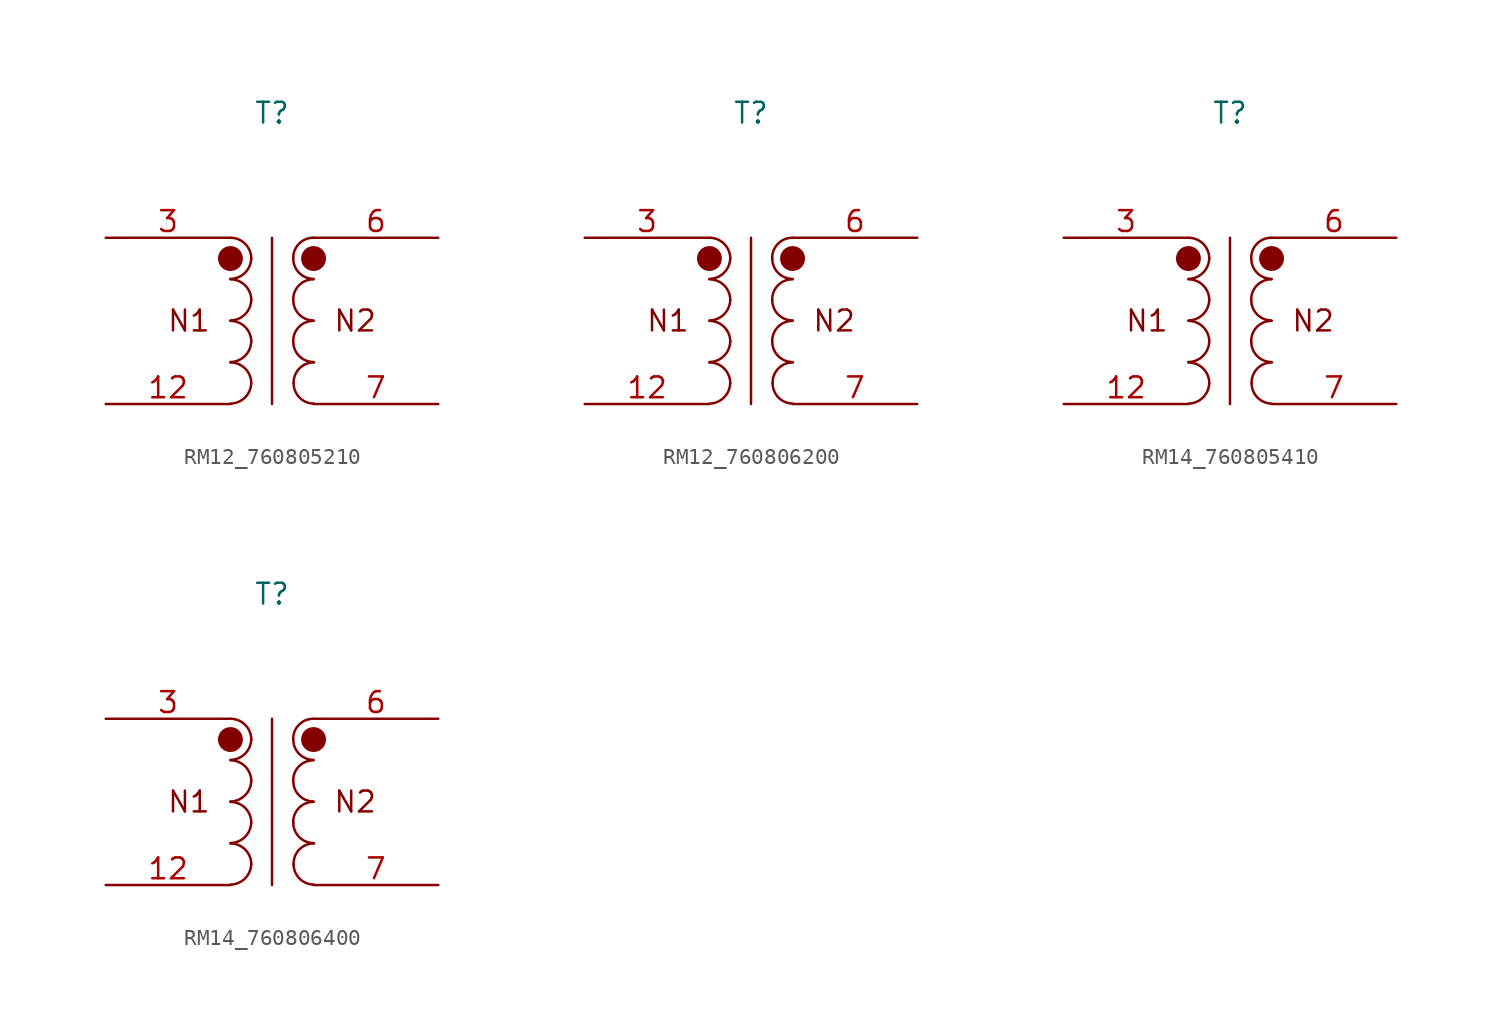
<source format=kicad_sym>
(kicad_symbol_lib
  (version 20220914)
  (generator kicad_symbol_editor)
  (symbol "RM12_760805210"
    (pin_names hide)
    (property "Reference" "T"
      (at 0 12.7 0)
      (effects (font (size 1.27 1.27))))
    (property "Critical Parameter" ""
      (at 0 -5.08 0)
      (effects (font (size 1.27 1.27)) (justify left)))
    (symbol "RM12_760805210_0_1"
      (arc (start -2.54 -5.0546) (mid -1.6599 -4.6901) (end -1.27 -3.81) (stroke (width 0) (type default)) (fill (type none)))
      (arc (start -2.54 -2.5146) (mid -1.6599 -2.1501) (end -1.27 -1.27) (stroke (width 0) (type default)) (fill (type none)))
      (arc (start -2.54 0.0254) (mid -1.6599 0.3899) (end -1.27 1.27) (stroke (width 0) (type default)) (fill (type none)))
      (arc (start -2.54 2.5654) (mid -1.6599 2.9299) (end -1.27 3.81) (stroke (width 0) (type default)) (fill (type none)))
      (arc (start -1.27 -3.81) (mid -1.642 -2.912) (end -2.54 -2.54) (stroke (width 0) (type default)) (fill (type none)))
      (arc (start -1.27 -1.27) (mid -1.642 -0.372) (end -2.54 0) (stroke (width 0) (type default)) (fill (type none)))
      (arc (start -1.27 1.27) (mid -1.642 2.168) (end -2.54 2.54) (stroke (width 0) (type default)) (fill (type none)))
      (arc (start -1.27 3.81) (mid -1.642 4.708) (end -2.54 5.08) (stroke (width 0) (type default)) (fill (type none)))
      (polyline (pts (xy 0 5.08) (xy 0 -5.08)) (stroke (width 0) (type default)) (fill (type none)))
      (arc (start 1.2954 -1.27) (mid 1.6599 -2.1501) (end 2.54 -2.5146) (stroke (width 0) (type default)) (fill (type none)))
      (arc (start 1.2954 1.27) (mid 1.6599 0.3899) (end 2.54 0.0254) (stroke (width 0) (type default)) (fill (type none)))
      (arc (start 1.2954 3.81) (mid 1.6599 2.9299) (end 2.54 2.5654) (stroke (width 0) (type default)) (fill (type none)))
      (arc (start 1.3208 -3.81) (mid 1.6853 -4.6901) (end 2.5654 -5.0546) (stroke (width 0) (type default)) (fill (type none)))
      (arc (start 2.54 0) (mid 1.642 -0.372) (end 1.2954 -1.27) (stroke (width 0) (type default)) (fill (type none)))
      (arc (start 2.54 2.54) (mid 1.642 2.168) (end 1.2954 1.27) (stroke (width 0) (type default)) (fill (type none)))
      (arc (start 2.54 5.08) (mid 1.642 4.708) (end 1.2954 3.81) (stroke (width 0) (type default)) (fill (type none)))
      (arc (start 2.5654 -2.54) (mid 1.6674 -2.912) (end 1.3208 -3.81) (stroke (width 0) (type default)) (fill (type none))))
    (symbol "RM12_760805210_1_1"
      (circle (center -2.54 3.81) (radius 0.0001) (stroke (width 0.762) (type default)) (fill (type none)))
      (circle (center 2.54 3.81) (radius 0.0001) (stroke (width 0.762) (type default)) (fill (type none)))
      (text "N1" (at -5.08 0 0) (effects (font (size 1.27 1.27))))
      (text "N2" (at 5.08 0 0) (effects (font (size 1.27 1.27))))
      (pin passive line (at -10.16 -5.08 0) (length 7.62) (name "12" (effects (font (size 1.27 1.27)))) (number "12" (effects (font (size 1.27 1.27)))))
      (pin passive line (at -10.16 5.08 0) (length 7.62) (name "3" (effects (font (size 1.27 1.27)))) (number "3" (effects (font (size 1.27 1.27)))))
      (pin passive line (at 10.16 5.08 180) (length 7.62) (name "6" (effects (font (size 1.27 1.27)))) (number "6" (effects (font (size 1.27 1.27)))))
      (pin passive line (at 10.16 -5.08 180) (length 7.62) (name "7" (effects (font (size 1.27 1.27)))) (number "7" (effects (font (size 1.27 1.27)))))))
  (symbol "RM12_760806200"
    (pin_names hide)
    (property "Reference" "T"
      (at 0 12.7 0)
      (effects (font (size 1.27 1.27))))
    (property "Critical Parameter" ""
      (at 0 -5.08 0)
      (effects (font (size 1.27 1.27)) (justify left)))
    (symbol "RM12_760806200_0_1"
      (arc (start -2.54 -5.0546) (mid -1.6599 -4.6901) (end -1.27 -3.81) (stroke (width 0) (type default)) (fill (type none)))
      (arc (start -2.54 -2.5146) (mid -1.6599 -2.1501) (end -1.27 -1.27) (stroke (width 0) (type default)) (fill (type none)))
      (arc (start -2.54 0.0254) (mid -1.6599 0.3899) (end -1.27 1.27) (stroke (width 0) (type default)) (fill (type none)))
      (arc (start -2.54 2.5654) (mid -1.6599 2.9299) (end -1.27 3.81) (stroke (width 0) (type default)) (fill (type none)))
      (arc (start -1.27 -3.81) (mid -1.642 -2.912) (end -2.54 -2.54) (stroke (width 0) (type default)) (fill (type none)))
      (arc (start -1.27 -1.27) (mid -1.642 -0.372) (end -2.54 0) (stroke (width 0) (type default)) (fill (type none)))
      (arc (start -1.27 1.27) (mid -1.642 2.168) (end -2.54 2.54) (stroke (width 0) (type default)) (fill (type none)))
      (arc (start -1.27 3.81) (mid -1.642 4.708) (end -2.54 5.08) (stroke (width 0) (type default)) (fill (type none)))
      (polyline (pts (xy 0 5.08) (xy 0 -5.08)) (stroke (width 0) (type default)) (fill (type none)))
      (arc (start 1.2954 -1.27) (mid 1.6599 -2.1501) (end 2.54 -2.5146) (stroke (width 0) (type default)) (fill (type none)))
      (arc (start 1.2954 1.27) (mid 1.6599 0.3899) (end 2.54 0.0254) (stroke (width 0) (type default)) (fill (type none)))
      (arc (start 1.2954 3.81) (mid 1.6599 2.9299) (end 2.54 2.5654) (stroke (width 0) (type default)) (fill (type none)))
      (arc (start 1.3208 -3.81) (mid 1.6853 -4.6901) (end 2.5654 -5.0546) (stroke (width 0) (type default)) (fill (type none)))
      (arc (start 2.54 0) (mid 1.642 -0.372) (end 1.2954 -1.27) (stroke (width 0) (type default)) (fill (type none)))
      (arc (start 2.54 2.54) (mid 1.642 2.168) (end 1.2954 1.27) (stroke (width 0) (type default)) (fill (type none)))
      (arc (start 2.54 5.08) (mid 1.642 4.708) (end 1.2954 3.81) (stroke (width 0) (type default)) (fill (type none)))
      (arc (start 2.5654 -2.54) (mid 1.6674 -2.912) (end 1.3208 -3.81) (stroke (width 0) (type default)) (fill (type none))))
    (symbol "RM12_760806200_1_1"
      (circle (center -2.54 3.81) (radius 0.0001) (stroke (width 0.762) (type default)) (fill (type none)))
      (circle (center 2.54 3.81) (radius 0.0001) (stroke (width 0.762) (type default)) (fill (type none)))
      (text "N1" (at -5.08 0 0) (effects (font (size 1.27 1.27))))
      (text "N2" (at 5.08 0 0) (effects (font (size 1.27 1.27))))
      (pin passive line (at -10.16 -5.08 0) (length 7.62) (name "12" (effects (font (size 1.27 1.27)))) (number "12" (effects (font (size 1.27 1.27)))))
      (pin passive line (at -10.16 5.08 0) (length 7.62) (name "3" (effects (font (size 1.27 1.27)))) (number "3" (effects (font (size 1.27 1.27)))))
      (pin passive line (at 10.16 5.08 180) (length 7.62) (name "6" (effects (font (size 1.27 1.27)))) (number "6" (effects (font (size 1.27 1.27)))))
      (pin passive line (at 10.16 -5.08 180) (length 7.62) (name "7" (effects (font (size 1.27 1.27)))) (number "7" (effects (font (size 1.27 1.27)))))))
  (symbol "RM14_760805410"
    (pin_names hide)
    (property "Reference" "T"
      (at 0 12.7 0)
      (effects (font (size 1.27 1.27))))
    (property "Critical Parameter" ""
      (at 0 -5.08 0)
      (effects (font (size 1.27 1.27)) (justify left)))
    (symbol "RM14_760805410_0_1"
      (arc (start -2.54 -5.0546) (mid -1.6599 -4.6901) (end -1.27 -3.81) (stroke (width 0) (type default)) (fill (type none)))
      (arc (start -2.54 -2.5146) (mid -1.6599 -2.1501) (end -1.27 -1.27) (stroke (width 0) (type default)) (fill (type none)))
      (arc (start -2.54 0.0254) (mid -1.6599 0.3899) (end -1.27 1.27) (stroke (width 0) (type default)) (fill (type none)))
      (arc (start -2.54 2.5654) (mid -1.6599 2.9299) (end -1.27 3.81) (stroke (width 0) (type default)) (fill (type none)))
      (arc (start -1.27 -3.81) (mid -1.642 -2.912) (end -2.54 -2.54) (stroke (width 0) (type default)) (fill (type none)))
      (arc (start -1.27 -1.27) (mid -1.642 -0.372) (end -2.54 0) (stroke (width 0) (type default)) (fill (type none)))
      (arc (start -1.27 1.27) (mid -1.642 2.168) (end -2.54 2.54) (stroke (width 0) (type default)) (fill (type none)))
      (arc (start -1.27 3.81) (mid -1.642 4.708) (end -2.54 5.08) (stroke (width 0) (type default)) (fill (type none)))
      (polyline (pts (xy 0 5.08) (xy 0 -5.08)) (stroke (width 0) (type default)) (fill (type none)))
      (arc (start 1.2954 -1.27) (mid 1.6599 -2.1501) (end 2.54 -2.5146) (stroke (width 0) (type default)) (fill (type none)))
      (arc (start 1.2954 1.27) (mid 1.6599 0.3899) (end 2.54 0.0254) (stroke (width 0) (type default)) (fill (type none)))
      (arc (start 1.2954 3.81) (mid 1.6599 2.9299) (end 2.54 2.5654) (stroke (width 0) (type default)) (fill (type none)))
      (arc (start 1.3208 -3.81) (mid 1.6853 -4.6901) (end 2.5654 -5.0546) (stroke (width 0) (type default)) (fill (type none)))
      (arc (start 2.54 0) (mid 1.642 -0.372) (end 1.2954 -1.27) (stroke (width 0) (type default)) (fill (type none)))
      (arc (start 2.54 2.54) (mid 1.642 2.168) (end 1.2954 1.27) (stroke (width 0) (type default)) (fill (type none)))
      (arc (start 2.54 5.08) (mid 1.642 4.708) (end 1.2954 3.81) (stroke (width 0) (type default)) (fill (type none)))
      (arc (start 2.5654 -2.54) (mid 1.6674 -2.912) (end 1.3208 -3.81) (stroke (width 0) (type default)) (fill (type none))))
    (symbol "RM14_760805410_1_1"
      (circle (center -2.54 3.81) (radius 0.0001) (stroke (width 0.762) (type default)) (fill (type none)))
      (circle (center 2.54 3.81) (radius 0.0001) (stroke (width 0.762) (type default)) (fill (type none)))
      (text "N1" (at -5.08 0 0) (effects (font (size 1.27 1.27))))
      (text "N2" (at 5.08 0 0) (effects (font (size 1.27 1.27))))
      (pin passive line (at -10.16 -5.08 0) (length 7.62) (name "12" (effects (font (size 1.27 1.27)))) (number "12" (effects (font (size 1.27 1.27)))))
      (pin passive line (at -10.16 5.08 0) (length 7.62) (name "3" (effects (font (size 1.27 1.27)))) (number "3" (effects (font (size 1.27 1.27)))))
      (pin passive line (at 10.16 5.08 180) (length 7.62) (name "6" (effects (font (size 1.27 1.27)))) (number "6" (effects (font (size 1.27 1.27)))))
      (pin passive line (at 10.16 -5.08 180) (length 7.62) (name "7" (effects (font (size 1.27 1.27)))) (number "7" (effects (font (size 1.27 1.27)))))))
  (symbol "RM14_760806400"
    (pin_names hide)
    (property "Reference" "T"
      (at 0 12.7 0)
      (effects (font (size 1.27 1.27))))
    (property "Critical Parameter" ""
      (at 0 -5.08 0)
      (effects (font (size 1.27 1.27)) (justify left)))
    (symbol "RM14_760806400_0_1"
      (arc (start -2.54 -5.0546) (mid -1.6599 -4.6901) (end -1.27 -3.81) (stroke (width 0) (type default)) (fill (type none)))
      (arc (start -2.54 -2.5146) (mid -1.6599 -2.1501) (end -1.27 -1.27) (stroke (width 0) (type default)) (fill (type none)))
      (arc (start -2.54 0.0254) (mid -1.6599 0.3899) (end -1.27 1.27) (stroke (width 0) (type default)) (fill (type none)))
      (arc (start -2.54 2.5654) (mid -1.6599 2.9299) (end -1.27 3.81) (stroke (width 0) (type default)) (fill (type none)))
      (arc (start -1.27 -3.81) (mid -1.642 -2.912) (end -2.54 -2.54) (stroke (width 0) (type default)) (fill (type none)))
      (arc (start -1.27 -1.27) (mid -1.642 -0.372) (end -2.54 0) (stroke (width 0) (type default)) (fill (type none)))
      (arc (start -1.27 1.27) (mid -1.642 2.168) (end -2.54 2.54) (stroke (width 0) (type default)) (fill (type none)))
      (arc (start -1.27 3.81) (mid -1.642 4.708) (end -2.54 5.08) (stroke (width 0) (type default)) (fill (type none)))
      (polyline (pts (xy 0 5.08) (xy 0 -5.08)) (stroke (width 0) (type default)) (fill (type none)))
      (arc (start 1.2954 -1.27) (mid 1.6599 -2.1501) (end 2.54 -2.5146) (stroke (width 0) (type default)) (fill (type none)))
      (arc (start 1.2954 1.27) (mid 1.6599 0.3899) (end 2.54 0.0254) (stroke (width 0) (type default)) (fill (type none)))
      (arc (start 1.2954 3.81) (mid 1.6599 2.9299) (end 2.54 2.5654) (stroke (width 0) (type default)) (fill (type none)))
      (arc (start 1.3208 -3.81) (mid 1.6853 -4.6901) (end 2.5654 -5.0546) (stroke (width 0) (type default)) (fill (type none)))
      (arc (start 2.54 0) (mid 1.642 -0.372) (end 1.2954 -1.27) (stroke (width 0) (type default)) (fill (type none)))
      (arc (start 2.54 2.54) (mid 1.642 2.168) (end 1.2954 1.27) (stroke (width 0) (type default)) (fill (type none)))
      (arc (start 2.54 5.08) (mid 1.642 4.708) (end 1.2954 3.81) (stroke (width 0) (type default)) (fill (type none)))
      (arc (start 2.5654 -2.54) (mid 1.6674 -2.912) (end 1.3208 -3.81) (stroke (width 0) (type default)) (fill (type none))))
    (symbol "RM14_760806400_1_1"
      (circle (center -2.54 3.81) (radius 0.0001) (stroke (width 0.762) (type default)) (fill (type none)))
      (circle (center 2.54 3.81) (radius 0.0001) (stroke (width 0.762) (type default)) (fill (type none)))
      (text "N1" (at -5.08 0 0) (effects (font (size 1.27 1.27))))
      (text "N2" (at 5.08 0 0) (effects (font (size 1.27 1.27))))
      (pin passive line (at -10.16 -5.08 0) (length 7.62) (name "12" (effects (font (size 1.27 1.27)))) (number "12" (effects (font (size 1.27 1.27)))))
      (pin passive line (at -10.16 5.08 0) (length 7.62) (name "3" (effects (font (size 1.27 1.27)))) (number "3" (effects (font (size 1.27 1.27)))))
      (pin passive line (at 10.16 5.08 180) (length 7.62) (name "6" (effects (font (size 1.27 1.27)))) (number "6" (effects (font (size 1.27 1.27)))))
      (pin passive line (at 10.16 -5.08 180) (length 7.62) (name "7" (effects (font (size 1.27 1.27)))) (number "7" (effects (font (size 1.27 1.27))))))))
</source>
